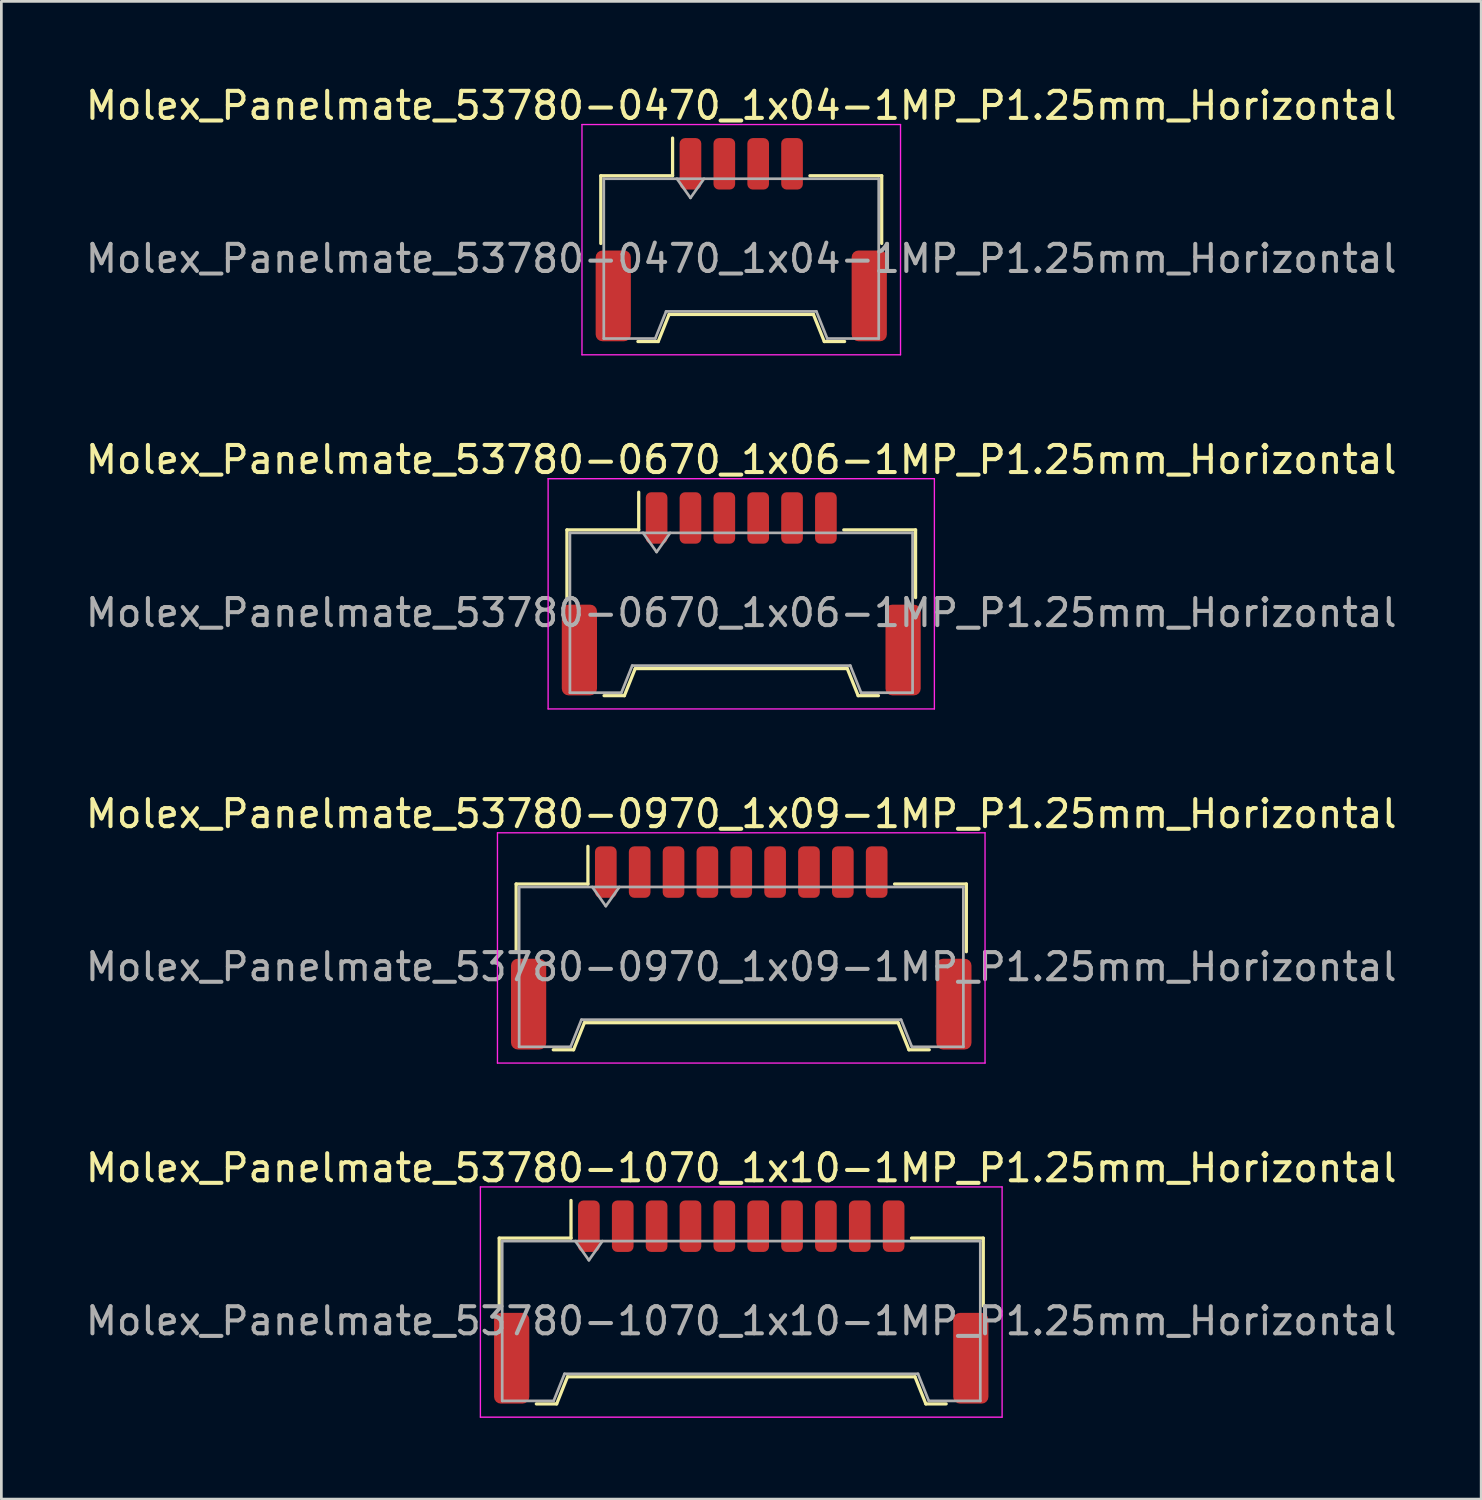
<source format=kicad_pcb>
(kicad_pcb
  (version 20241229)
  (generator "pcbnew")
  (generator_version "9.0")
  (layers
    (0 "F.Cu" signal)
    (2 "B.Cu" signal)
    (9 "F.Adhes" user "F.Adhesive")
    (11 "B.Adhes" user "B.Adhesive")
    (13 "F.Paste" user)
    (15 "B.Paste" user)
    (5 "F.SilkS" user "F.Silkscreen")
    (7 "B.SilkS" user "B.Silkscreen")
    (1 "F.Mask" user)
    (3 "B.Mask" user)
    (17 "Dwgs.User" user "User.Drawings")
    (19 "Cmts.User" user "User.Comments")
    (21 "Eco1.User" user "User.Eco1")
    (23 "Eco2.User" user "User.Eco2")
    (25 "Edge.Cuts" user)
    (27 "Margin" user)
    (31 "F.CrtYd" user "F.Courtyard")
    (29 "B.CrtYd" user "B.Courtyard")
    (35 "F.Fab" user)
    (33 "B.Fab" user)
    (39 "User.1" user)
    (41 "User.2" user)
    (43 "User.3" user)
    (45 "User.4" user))
  (footprint "Molex_Panelmate_53780-1070_1x10-1MP_P1.25mm_Horizontal"
    (layer "F.Cu")
    (at 24.315 45.018)
    (property "Reference" "Molex_Panelmate_53780-1070_1x10-1MP_P1.25mm_Horizontal" (at 0 -4.95 0) (layer "F.SilkS") (effects (font (size 1 1) (thickness 0.15))))
    (attr smd)
    (fp_line (start -8.935 -2.36) (end -6.285 -2.36) (stroke (width 0.12) (type solid)) (layer "F.SilkS"))
    (fp_line (start -8.935 0.14) (end -8.935 -2.36) (stroke (width 0.12) (type solid)) (layer "F.SilkS"))
    (fp_line (start -7.565 3.76) (end -6.815 3.76) (stroke (width 0.12) (type solid)) (layer "F.SilkS"))
    (fp_line (start -6.815 3.76) (end -6.415 2.76) (stroke (width 0.12) (type solid)) (layer "F.SilkS"))
    (fp_line (start -6.415 2.76) (end 6.415 2.76) (stroke (width 0.12) (type solid)) (layer "F.SilkS"))
    (fp_line (start -6.285 -2.36) (end -6.285 -3.75) (stroke (width 0.12) (type solid)) (layer "F.SilkS"))
    (fp_line (start 6.415 2.76) (end 6.815 3.76) (stroke (width 0.12) (type solid)) (layer "F.SilkS"))
    (fp_line (start 6.815 3.76) (end 7.565 3.76) (stroke (width 0.12) (type solid)) (layer "F.SilkS"))
    (fp_line (start 8.935 -2.36) (end 6.285 -2.36) (stroke (width 0.12) (type solid)) (layer "F.SilkS"))
    (fp_line (start 8.935 0.14) (end 8.935 -2.36) (stroke (width 0.12) (type solid)) (layer "F.SilkS"))
    (fp_line (start -9.63 -4.25) (end -9.63 4.25) (stroke (width 0.05) (type solid)) (layer "F.CrtYd"))
    (fp_line (start -9.63 4.25) (end 9.63 4.25) (stroke (width 0.05) (type solid)) (layer "F.CrtYd"))
    (fp_line (start 9.63 -4.25) (end -9.63 -4.25) (stroke (width 0.05) (type solid)) (layer "F.CrtYd"))
    (fp_line (start 9.63 4.25) (end 9.63 -4.25) (stroke (width 0.05) (type solid)) (layer "F.CrtYd"))
    (fp_line (start -8.825 -2.25) (end -8.825 3.65) (stroke (width 0.1) (type solid)) (layer "F.Fab"))
    (fp_line (start -8.825 -2.25) (end 8.825 -2.25) (stroke (width 0.1) (type solid)) (layer "F.Fab"))
    (fp_line (start -8.825 3.65) (end -6.925 3.65) (stroke (width 0.1) (type solid)) (layer "F.Fab"))
    (fp_line (start -6.925 3.65) (end -6.525 2.65) (stroke (width 0.1) (type solid)) (layer "F.Fab"))
    (fp_line (start -6.525 2.65) (end 6.525 2.65) (stroke (width 0.1) (type solid)) (layer "F.Fab"))
    (fp_line (start -6.125 -2.25) (end -5.625 -1.543) (stroke (width 0.1) (type solid)) (layer "F.Fab"))
    (fp_line (start -5.625 -1.543) (end -5.125 -2.25) (stroke (width 0.1) (type solid)) (layer "F.Fab"))
    (fp_line (start 6.525 2.65) (end 6.925 3.65) (stroke (width 0.1) (type solid)) (layer "F.Fab"))
    (fp_line (start 6.925 3.65) (end 8.825 3.65) (stroke (width 0.1) (type solid)) (layer "F.Fab"))
    (fp_line (start 8.825 -2.25) (end 8.825 3.65) (stroke (width 0.1) (type solid)) (layer "F.Fab"))
    (fp_text user "${REFERENCE}" (at 0 0.7 0) (layer "F.Fab") (effects (font (size 1 1) (thickness 0.15))))
    (pad "1" smd roundrect (at -5.625 -2.8) (size 0.8 1.9) (layers "F.Cu" "F.Mask" "F.Paste") (roundrect_rratio 0.25))
    (pad "2" smd roundrect (at -4.375 -2.8) (size 0.8 1.9) (layers "F.Cu" "F.Mask" "F.Paste") (roundrect_rratio 0.25))
    (pad "3" smd roundrect (at -3.125 -2.8) (size 0.8 1.9) (layers "F.Cu" "F.Mask" "F.Paste") (roundrect_rratio 0.25))
    (pad "4" smd roundrect (at -1.875 -2.8) (size 0.8 1.9) (layers "F.Cu" "F.Mask" "F.Paste") (roundrect_rratio 0.25))
    (pad "5" smd roundrect (at -0.625 -2.8) (size 0.8 1.9) (layers "F.Cu" "F.Mask" "F.Paste") (roundrect_rratio 0.25))
    (pad "6" smd roundrect (at 0.625 -2.8) (size 0.8 1.9) (layers "F.Cu" "F.Mask" "F.Paste") (roundrect_rratio 0.25))
    (pad "7" smd roundrect (at 1.875 -2.8) (size 0.8 1.9) (layers "F.Cu" "F.Mask" "F.Paste") (roundrect_rratio 0.25))
    (pad "8" smd roundrect (at 3.125 -2.8) (size 0.8 1.9) (layers "F.Cu" "F.Mask" "F.Paste") (roundrect_rratio 0.25))
    (pad "9" smd roundrect (at 4.375 -2.8) (size 0.8 1.9) (layers "F.Cu" "F.Mask" "F.Paste") (roundrect_rratio 0.25))
    (pad "10" smd roundrect (at 5.625 -2.8) (size 0.8 1.9) (layers "F.Cu" "F.Mask" "F.Paste") (roundrect_rratio 0.25))
    (pad "MP" smd roundrect (at -8.475 2.075) (size 1.3 3.35) (layers "F.Cu" "F.Mask" "F.Paste") (roundrect_rratio 0.192))
    (pad "MP" smd roundrect (at 8.475 2.075) (size 1.3 3.35) (layers "F.Cu" "F.Mask" "F.Paste") (roundrect_rratio 0.192)))
  (footprint "Molex_Panelmate_53780-0470_1x04-1MP_P1.25mm_Horizontal"
    (layer "F.Cu")
    (at 24.315 5.798)
    (property "Reference" "Molex_Panelmate_53780-0470_1x04-1MP_P1.25mm_Horizontal" (at 0 -4.95 0) (layer "F.SilkS") (effects (font (size 1 1) (thickness 0.15))))
    (attr smd)
    (fp_line (start -5.185 -2.36) (end -2.535 -2.36) (stroke (width 0.12) (type solid)) (layer "F.SilkS"))
    (fp_line (start -5.185 0.14) (end -5.185 -2.36) (stroke (width 0.12) (type solid)) (layer "F.SilkS"))
    (fp_line (start -3.815 3.76) (end -3.065 3.76) (stroke (width 0.12) (type solid)) (layer "F.SilkS"))
    (fp_line (start -3.065 3.76) (end -2.665 2.76) (stroke (width 0.12) (type solid)) (layer "F.SilkS"))
    (fp_line (start -2.665 2.76) (end 2.665 2.76) (stroke (width 0.12) (type solid)) (layer "F.SilkS"))
    (fp_line (start -2.535 -2.36) (end -2.535 -3.75) (stroke (width 0.12) (type solid)) (layer "F.SilkS"))
    (fp_line (start 2.665 2.76) (end 3.065 3.76) (stroke (width 0.12) (type solid)) (layer "F.SilkS"))
    (fp_line (start 3.065 3.76) (end 3.815 3.76) (stroke (width 0.12) (type solid)) (layer "F.SilkS"))
    (fp_line (start 5.185 -2.36) (end 2.535 -2.36) (stroke (width 0.12) (type solid)) (layer "F.SilkS"))
    (fp_line (start 5.185 0.14) (end 5.185 -2.36) (stroke (width 0.12) (type solid)) (layer "F.SilkS"))
    (fp_line (start -5.88 -4.25) (end -5.88 4.25) (stroke (width 0.05) (type solid)) (layer "F.CrtYd"))
    (fp_line (start -5.88 4.25) (end 5.88 4.25) (stroke (width 0.05) (type solid)) (layer "F.CrtYd"))
    (fp_line (start 5.88 -4.25) (end -5.88 -4.25) (stroke (width 0.05) (type solid)) (layer "F.CrtYd"))
    (fp_line (start 5.88 4.25) (end 5.88 -4.25) (stroke (width 0.05) (type solid)) (layer "F.CrtYd"))
    (fp_line (start -5.075 -2.25) (end -5.075 3.65) (stroke (width 0.1) (type solid)) (layer "F.Fab"))
    (fp_line (start -5.075 -2.25) (end 5.075 -2.25) (stroke (width 0.1) (type solid)) (layer "F.Fab"))
    (fp_line (start -5.075 3.65) (end -3.175 3.65) (stroke (width 0.1) (type solid)) (layer "F.Fab"))
    (fp_line (start -3.175 3.65) (end -2.775 2.65) (stroke (width 0.1) (type solid)) (layer "F.Fab"))
    (fp_line (start -2.775 2.65) (end 2.775 2.65) (stroke (width 0.1) (type solid)) (layer "F.Fab"))
    (fp_line (start -2.375 -2.25) (end -1.875 -1.543) (stroke (width 0.1) (type solid)) (layer "F.Fab"))
    (fp_line (start -1.875 -1.543) (end -1.375 -2.25) (stroke (width 0.1) (type solid)) (layer "F.Fab"))
    (fp_line (start 2.775 2.65) (end 3.175 3.65) (stroke (width 0.1) (type solid)) (layer "F.Fab"))
    (fp_line (start 3.175 3.65) (end 5.075 3.65) (stroke (width 0.1) (type solid)) (layer "F.Fab"))
    (fp_line (start 5.075 -2.25) (end 5.075 3.65) (stroke (width 0.1) (type solid)) (layer "F.Fab"))
    (fp_text user "${REFERENCE}" (at 0 0.7 0) (layer "F.Fab") (effects (font (size 1 1) (thickness 0.15))))
    (pad "1" smd roundrect (at -1.875 -2.8) (size 0.8 1.9) (layers "F.Cu" "F.Mask" "F.Paste") (roundrect_rratio 0.25))
    (pad "2" smd roundrect (at -0.625 -2.8) (size 0.8 1.9) (layers "F.Cu" "F.Mask" "F.Paste") (roundrect_rratio 0.25))
    (pad "3" smd roundrect (at 0.625 -2.8) (size 0.8 1.9) (layers "F.Cu" "F.Mask" "F.Paste") (roundrect_rratio 0.25))
    (pad "4" smd roundrect (at 1.875 -2.8) (size 0.8 1.9) (layers "F.Cu" "F.Mask" "F.Paste") (roundrect_rratio 0.25))
    (pad "MP" smd roundrect (at -4.725 2.075) (size 1.3 3.35) (layers "F.Cu" "F.Mask" "F.Paste") (roundrect_rratio 0.192))
    (pad "MP" smd roundrect (at 4.725 2.075) (size 1.3 3.35) (layers "F.Cu" "F.Mask" "F.Paste") (roundrect_rratio 0.192)))
  (footprint "Molex_Panelmate_53780-0670_1x06-1MP_P1.25mm_Horizontal"
    (layer "F.Cu")
    (at 24.315 18.872)
    (property "Reference" "Molex_Panelmate_53780-0670_1x06-1MP_P1.25mm_Horizontal" (at 0 -4.95 0) (layer "F.SilkS") (effects (font (size 1 1) (thickness 0.15))))
    (attr smd)
    (fp_line (start -6.435 -2.36) (end -3.785 -2.36) (stroke (width 0.12) (type solid)) (layer "F.SilkS"))
    (fp_line (start -6.435 0.14) (end -6.435 -2.36) (stroke (width 0.12) (type solid)) (layer "F.SilkS"))
    (fp_line (start -5.065 3.76) (end -4.315 3.76) (stroke (width 0.12) (type solid)) (layer "F.SilkS"))
    (fp_line (start -4.315 3.76) (end -3.915 2.76) (stroke (width 0.12) (type solid)) (layer "F.SilkS"))
    (fp_line (start -3.915 2.76) (end 3.915 2.76) (stroke (width 0.12) (type solid)) (layer "F.SilkS"))
    (fp_line (start -3.785 -2.36) (end -3.785 -3.75) (stroke (width 0.12) (type solid)) (layer "F.SilkS"))
    (fp_line (start 3.915 2.76) (end 4.315 3.76) (stroke (width 0.12) (type solid)) (layer "F.SilkS"))
    (fp_line (start 4.315 3.76) (end 5.065 3.76) (stroke (width 0.12) (type solid)) (layer "F.SilkS"))
    (fp_line (start 6.435 -2.36) (end 3.785 -2.36) (stroke (width 0.12) (type solid)) (layer "F.SilkS"))
    (fp_line (start 6.435 0.14) (end 6.435 -2.36) (stroke (width 0.12) (type solid)) (layer "F.SilkS"))
    (fp_line (start -7.13 -4.25) (end -7.13 4.25) (stroke (width 0.05) (type solid)) (layer "F.CrtYd"))
    (fp_line (start -7.13 4.25) (end 7.13 4.25) (stroke (width 0.05) (type solid)) (layer "F.CrtYd"))
    (fp_line (start 7.13 -4.25) (end -7.13 -4.25) (stroke (width 0.05) (type solid)) (layer "F.CrtYd"))
    (fp_line (start 7.13 4.25) (end 7.13 -4.25) (stroke (width 0.05) (type solid)) (layer "F.CrtYd"))
    (fp_line (start -6.325 -2.25) (end -6.325 3.65) (stroke (width 0.1) (type solid)) (layer "F.Fab"))
    (fp_line (start -6.325 -2.25) (end 6.325 -2.25) (stroke (width 0.1) (type solid)) (layer "F.Fab"))
    (fp_line (start -6.325 3.65) (end -4.425 3.65) (stroke (width 0.1) (type solid)) (layer "F.Fab"))
    (fp_line (start -4.425 3.65) (end -4.025 2.65) (stroke (width 0.1) (type solid)) (layer "F.Fab"))
    (fp_line (start -4.025 2.65) (end 4.025 2.65) (stroke (width 0.1) (type solid)) (layer "F.Fab"))
    (fp_line (start -3.625 -2.25) (end -3.125 -1.543) (stroke (width 0.1) (type solid)) (layer "F.Fab"))
    (fp_line (start -3.125 -1.543) (end -2.625 -2.25) (stroke (width 0.1) (type solid)) (layer "F.Fab"))
    (fp_line (start 4.025 2.65) (end 4.425 3.65) (stroke (width 0.1) (type solid)) (layer "F.Fab"))
    (fp_line (start 4.425 3.65) (end 6.325 3.65) (stroke (width 0.1) (type solid)) (layer "F.Fab"))
    (fp_line (start 6.325 -2.25) (end 6.325 3.65) (stroke (width 0.1) (type solid)) (layer "F.Fab"))
    (fp_text user "${REFERENCE}" (at 0 0.7 0) (layer "F.Fab") (effects (font (size 1 1) (thickness 0.15))))
    (pad "1" smd roundrect (at -3.125 -2.8) (size 0.8 1.9) (layers "F.Cu" "F.Mask" "F.Paste") (roundrect_rratio 0.25))
    (pad "2" smd roundrect (at -1.875 -2.8) (size 0.8 1.9) (layers "F.Cu" "F.Mask" "F.Paste") (roundrect_rratio 0.25))
    (pad "3" smd roundrect (at -0.625 -2.8) (size 0.8 1.9) (layers "F.Cu" "F.Mask" "F.Paste") (roundrect_rratio 0.25))
    (pad "4" smd roundrect (at 0.625 -2.8) (size 0.8 1.9) (layers "F.Cu" "F.Mask" "F.Paste") (roundrect_rratio 0.25))
    (pad "5" smd roundrect (at 1.875 -2.8) (size 0.8 1.9) (layers "F.Cu" "F.Mask" "F.Paste") (roundrect_rratio 0.25))
    (pad "6" smd roundrect (at 3.125 -2.8) (size 0.8 1.9) (layers "F.Cu" "F.Mask" "F.Paste") (roundrect_rratio 0.25))
    (pad "MP" smd roundrect (at -5.975 2.075) (size 1.3 3.35) (layers "F.Cu" "F.Mask" "F.Paste") (roundrect_rratio 0.192))
    (pad "MP" smd roundrect (at 5.975 2.075) (size 1.3 3.35) (layers "F.Cu" "F.Mask" "F.Paste") (roundrect_rratio 0.192)))
  (footprint "Molex_Panelmate_53780-0970_1x09-1MP_P1.25mm_Horizontal"
    (layer "F.Cu")
    (at 24.315 31.945)
    (property "Reference" "Molex_Panelmate_53780-0970_1x09-1MP_P1.25mm_Horizontal" (at 0 -4.95 0) (layer "F.SilkS") (effects (font (size 1 1) (thickness 0.15))))
    (attr smd)
    (fp_line (start -8.31 -2.36) (end -5.66 -2.36) (stroke (width 0.12) (type solid)) (layer "F.SilkS"))
    (fp_line (start -8.31 0.14) (end -8.31 -2.36) (stroke (width 0.12) (type solid)) (layer "F.SilkS"))
    (fp_line (start -6.94 3.76) (end -6.19 3.76) (stroke (width 0.12) (type solid)) (layer "F.SilkS"))
    (fp_line (start -6.19 3.76) (end -5.79 2.76) (stroke (width 0.12) (type solid)) (layer "F.SilkS"))
    (fp_line (start -5.79 2.76) (end 5.79 2.76) (stroke (width 0.12) (type solid)) (layer "F.SilkS"))
    (fp_line (start -5.66 -2.36) (end -5.66 -3.75) (stroke (width 0.12) (type solid)) (layer "F.SilkS"))
    (fp_line (start 5.79 2.76) (end 6.19 3.76) (stroke (width 0.12) (type solid)) (layer "F.SilkS"))
    (fp_line (start 6.19 3.76) (end 6.94 3.76) (stroke (width 0.12) (type solid)) (layer "F.SilkS"))
    (fp_line (start 8.31 -2.36) (end 5.66 -2.36) (stroke (width 0.12) (type solid)) (layer "F.SilkS"))
    (fp_line (start 8.31 0.14) (end 8.31 -2.36) (stroke (width 0.12) (type solid)) (layer "F.SilkS"))
    (fp_line (start -9 -4.25) (end -9 4.25) (stroke (width 0.05) (type solid)) (layer "F.CrtYd"))
    (fp_line (start -9 4.25) (end 9 4.25) (stroke (width 0.05) (type solid)) (layer "F.CrtYd"))
    (fp_line (start 9 -4.25) (end -9 -4.25) (stroke (width 0.05) (type solid)) (layer "F.CrtYd"))
    (fp_line (start 9 4.25) (end 9 -4.25) (stroke (width 0.05) (type solid)) (layer "F.CrtYd"))
    (fp_line (start -8.2 -2.25) (end -8.2 3.65) (stroke (width 0.1) (type solid)) (layer "F.Fab"))
    (fp_line (start -8.2 -2.25) (end 8.2 -2.25) (stroke (width 0.1) (type solid)) (layer "F.Fab"))
    (fp_line (start -8.2 3.65) (end -6.3 3.65) (stroke (width 0.1) (type solid)) (layer "F.Fab"))
    (fp_line (start -6.3 3.65) (end -5.9 2.65) (stroke (width 0.1) (type solid)) (layer "F.Fab"))
    (fp_line (start -5.9 2.65) (end 5.9 2.65) (stroke (width 0.1) (type solid)) (layer "F.Fab"))
    (fp_line (start -5.5 -2.25) (end -5 -1.543) (stroke (width 0.1) (type solid)) (layer "F.Fab"))
    (fp_line (start -5 -1.543) (end -4.5 -2.25) (stroke (width 0.1) (type solid)) (layer "F.Fab"))
    (fp_line (start 5.9 2.65) (end 6.3 3.65) (stroke (width 0.1) (type solid)) (layer "F.Fab"))
    (fp_line (start 6.3 3.65) (end 8.2 3.65) (stroke (width 0.1) (type solid)) (layer "F.Fab"))
    (fp_line (start 8.2 -2.25) (end 8.2 3.65) (stroke (width 0.1) (type solid)) (layer "F.Fab"))
    (fp_text user "${REFERENCE}" (at 0 0.7 0) (layer "F.Fab") (effects (font (size 1 1) (thickness 0.15))))
    (pad "1" smd roundrect (at -5 -2.8) (size 0.8 1.9) (layers "F.Cu" "F.Mask" "F.Paste") (roundrect_rratio 0.25))
    (pad "2" smd roundrect (at -3.75 -2.8) (size 0.8 1.9) (layers "F.Cu" "F.Mask" "F.Paste") (roundrect_rratio 0.25))
    (pad "3" smd roundrect (at -2.5 -2.8) (size 0.8 1.9) (layers "F.Cu" "F.Mask" "F.Paste") (roundrect_rratio 0.25))
    (pad "4" smd roundrect (at -1.25 -2.8) (size 0.8 1.9) (layers "F.Cu" "F.Mask" "F.Paste") (roundrect_rratio 0.25))
    (pad "5" smd roundrect (at 0 -2.8) (size 0.8 1.9) (layers "F.Cu" "F.Mask" "F.Paste") (roundrect_rratio 0.25))
    (pad "6" smd roundrect (at 1.25 -2.8) (size 0.8 1.9) (layers "F.Cu" "F.Mask" "F.Paste") (roundrect_rratio 0.25))
    (pad "7" smd roundrect (at 2.5 -2.8) (size 0.8 1.9) (layers "F.Cu" "F.Mask" "F.Paste") (roundrect_rratio 0.25))
    (pad "8" smd roundrect (at 3.75 -2.8) (size 0.8 1.9) (layers "F.Cu" "F.Mask" "F.Paste") (roundrect_rratio 0.25))
    (pad "9" smd roundrect (at 5 -2.8) (size 0.8 1.9) (layers "F.Cu" "F.Mask" "F.Paste") (roundrect_rratio 0.25))
    (pad "MP" smd roundrect (at -7.85 2.075) (size 1.3 3.35) (layers "F.Cu" "F.Mask" "F.Paste") (roundrect_rratio 0.192))
    (pad "MP" smd roundrect (at 7.85 2.075) (size 1.3 3.35) (layers "F.Cu" "F.Mask" "F.Paste") (roundrect_rratio 0.192)))
  (gr_rect
    (start -3 -3)
    (end 51.631 52.293)
    (stroke (width 0.1) (type default))
    (fill no)
    (layer "Edge.Cuts")))
</source>
